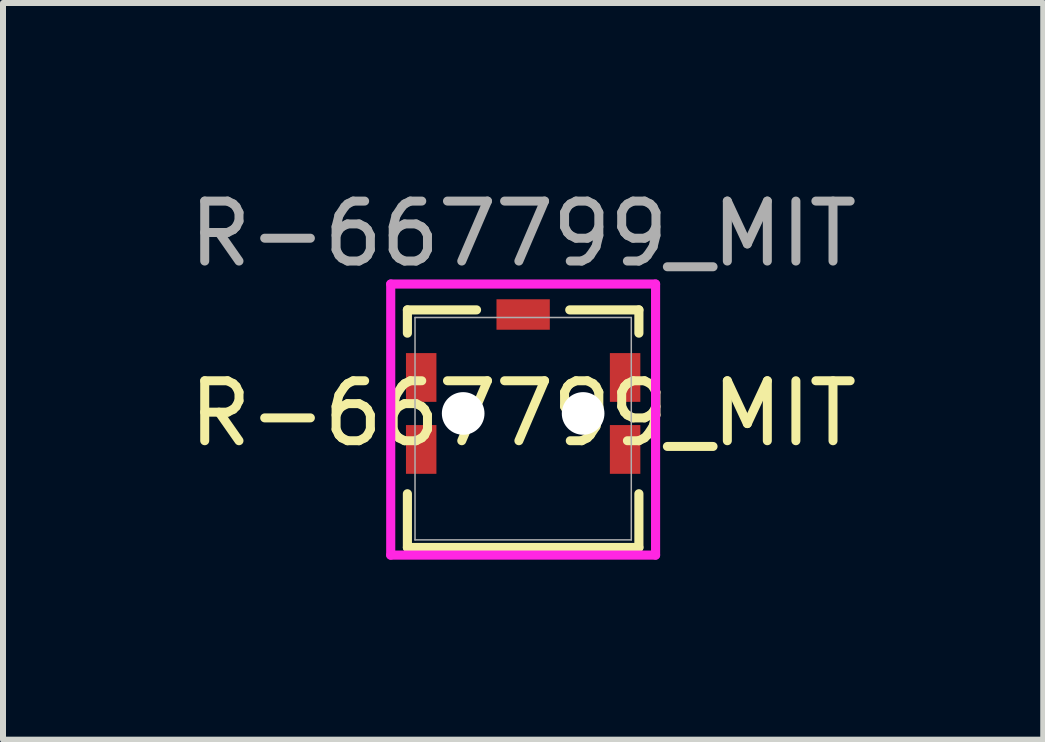
<source format=kicad_pcb>
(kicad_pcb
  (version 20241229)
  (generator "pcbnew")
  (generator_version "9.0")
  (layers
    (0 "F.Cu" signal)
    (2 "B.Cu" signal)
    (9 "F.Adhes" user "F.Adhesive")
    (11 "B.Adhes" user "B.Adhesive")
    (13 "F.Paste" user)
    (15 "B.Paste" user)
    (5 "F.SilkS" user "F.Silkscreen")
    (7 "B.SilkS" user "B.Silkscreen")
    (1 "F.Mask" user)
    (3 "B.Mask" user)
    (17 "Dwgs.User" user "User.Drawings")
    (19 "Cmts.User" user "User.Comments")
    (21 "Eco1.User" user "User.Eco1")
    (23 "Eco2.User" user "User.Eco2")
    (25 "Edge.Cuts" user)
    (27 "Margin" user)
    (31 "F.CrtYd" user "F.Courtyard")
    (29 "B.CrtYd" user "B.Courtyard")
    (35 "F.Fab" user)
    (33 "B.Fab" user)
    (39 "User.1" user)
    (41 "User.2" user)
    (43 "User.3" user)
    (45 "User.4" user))
  (footprint "R-667799_MIT"
    (layer "F.Cu")
    (at 5.673 4.098)
    (property "Reference" "R-667799_MIT" (at 0 -0.254 0) (unlocked yes) (layer "F.SilkS") (effects (font (size 1 1) (thickness 0.15))))
    (attr smd)
    (fp_line (start -1.93 -1.981) (end -1.93 -1.593) (stroke (width 0.152) (type solid)) (layer "F.SilkS"))
    (fp_line (start -1.93 1.085) (end -1.93 1.981) (stroke (width 0.152) (type solid)) (layer "F.SilkS"))
    (fp_line (start -1.93 1.981) (end 1.93 1.981) (stroke (width 0.152) (type solid)) (layer "F.SilkS"))
    (fp_line (start -0.777 -1.981) (end -1.93 -1.981) (stroke (width 0.152) (type solid)) (layer "F.SilkS"))
    (fp_line (start 1.93 -1.981) (end 0.777 -1.981) (stroke (width 0.152) (type solid)) (layer "F.SilkS"))
    (fp_line (start 1.93 -1.593) (end 1.93 -1.981) (stroke (width 0.152) (type solid)) (layer "F.SilkS"))
    (fp_line (start 1.93 1.981) (end 1.93 1.085) (stroke (width 0.152) (type solid)) (layer "F.SilkS"))
    (fp_line (start -2.208 -2.412) (end -2.208 2.108) (stroke (width 0.152) (type solid)) (layer "F.CrtYd"))
    (fp_line (start -2.208 2.108) (end 2.208 2.108) (stroke (width 0.152) (type solid)) (layer "F.CrtYd"))
    (fp_line (start 2.208 -2.412) (end -2.208 -2.412) (stroke (width 0.152) (type solid)) (layer "F.CrtYd"))
    (fp_line (start 2.208 2.108) (end 2.208 -2.412) (stroke (width 0.152) (type solid)) (layer "F.CrtYd"))
    (fp_line (start -1.803 -1.854) (end -1.803 1.854) (stroke (width 0.025) (type solid)) (layer "F.Fab"))
    (fp_line (start -1.803 1.854) (end 1.803 1.854) (stroke (width 0.025) (type solid)) (layer "F.Fab"))
    (fp_line (start 1.803 -1.854) (end -1.803 -1.854) (stroke (width 0.025) (type solid)) (layer "F.Fab"))
    (fp_line (start 1.803 1.854) (end 1.803 -1.854) (stroke (width 0.025) (type solid)) (layer "F.Fab"))
    (fp_text user "${REFERENCE}" (at 0 -3.25 0) (unlocked yes) (layer "F.Fab") (effects (font (size 1 1) (thickness 0.15))))
    (pad "" np_thru_hole circle (at -1 -0.254) (size 0.711 0.711) (drill 0.711) (layers "*.Cu" "*.Mask"))
    (pad "" np_thru_hole circle (at 1 -0.254) (size 0.711 0.711) (drill 0.711) (layers "*.Cu" "*.Mask"))
    (pad "A" smd rect (at -1.7 0.346) (size 0.508 0.813) (layers "F.Cu" "F.Mask" "F.Paste"))
    (pad "B1" smd rect (at 1.7 0.346) (size 0.508 0.813) (layers "F.Cu" "F.Mask" "F.Paste"))
    (pad "B2" smd rect (at 1.7 -0.854) (size 0.508 0.813) (layers "F.Cu" "F.Mask" "F.Paste"))
    (pad "B3" smd rect (at 0 -1.904) (size 0.889 0.508) (layers "F.Cu" "F.Mask" "F.Paste"))
    (pad "G" smd rect (at -1.7 -0.854) (size 0.508 0.813) (layers "F.Cu" "F.Mask" "F.Paste")))
  (gr_rect
    (start -3 -3)
    (end 14.345 9.283)
    (stroke (width 0.1) (type default))
    (fill no)
    (layer "Edge.Cuts")))
</source>
